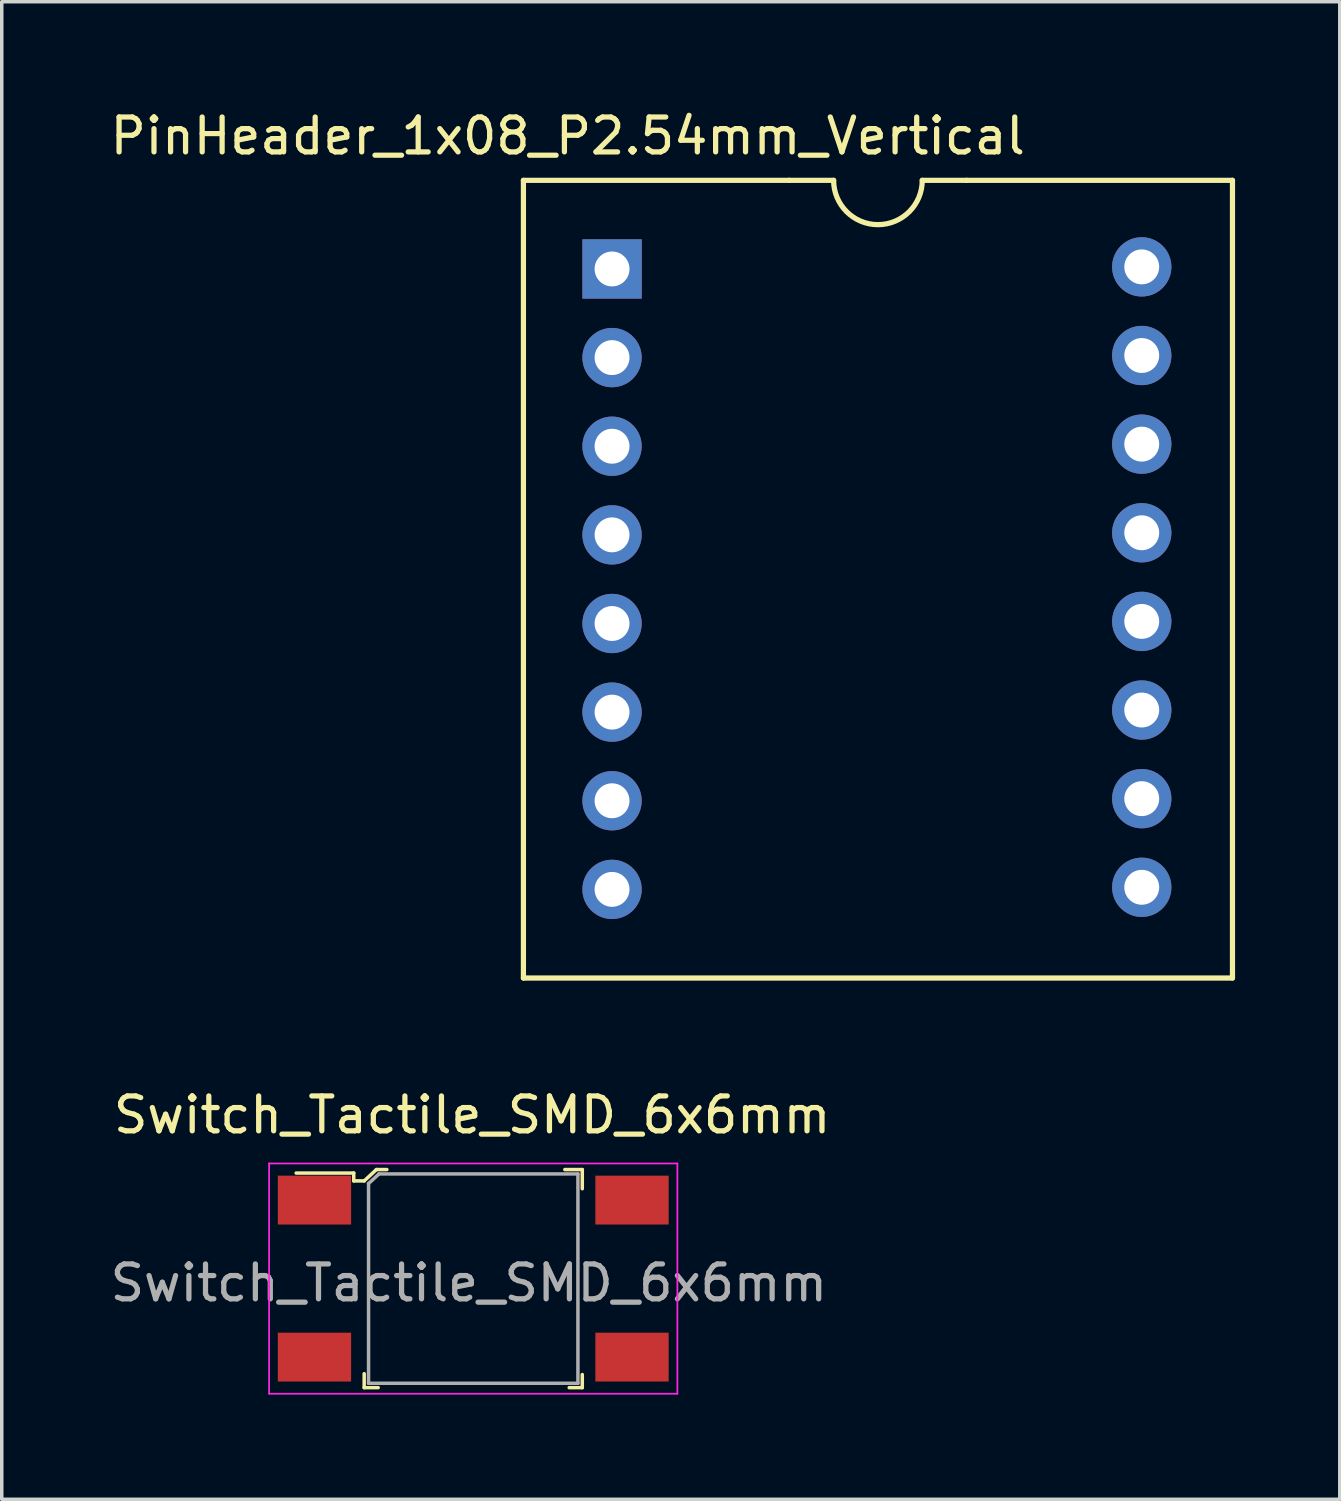
<source format=kicad_pcb>
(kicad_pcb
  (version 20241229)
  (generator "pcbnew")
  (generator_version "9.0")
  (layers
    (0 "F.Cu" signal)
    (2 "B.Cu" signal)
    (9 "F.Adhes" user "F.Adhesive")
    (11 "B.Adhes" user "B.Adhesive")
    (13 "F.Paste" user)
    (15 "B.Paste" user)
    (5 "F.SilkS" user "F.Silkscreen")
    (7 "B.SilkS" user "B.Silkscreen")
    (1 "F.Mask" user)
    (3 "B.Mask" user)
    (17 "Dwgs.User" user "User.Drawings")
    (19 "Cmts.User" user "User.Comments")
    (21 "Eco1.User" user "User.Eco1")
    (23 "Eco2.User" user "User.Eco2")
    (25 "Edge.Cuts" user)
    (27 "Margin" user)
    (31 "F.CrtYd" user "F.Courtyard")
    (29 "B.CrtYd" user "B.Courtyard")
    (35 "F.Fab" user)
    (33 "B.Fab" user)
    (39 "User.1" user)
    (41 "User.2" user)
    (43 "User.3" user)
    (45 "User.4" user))
  (footprint "PinHeader_1x08_P2.54mm_Vertical"
    (layer "F.Cu")
    (at 14.49 4.658)
    (property "Reference" "PinHeader_1x08_P2.54mm_Vertical" (at -1.27 -3.81 0) (layer "F.SilkS") (effects (font (size 1 1) (thickness 0.15))))
    (attr through_hole)
    (fp_line (start -2.54 -2.54) (end -2.54 20.32) (stroke (width 0.15) (type solid)) (layer "F.SilkS"))
    (fp_line (start -2.54 -2.54) (end 5.08 -2.54) (stroke (width 0.15) (type solid)) (layer "F.SilkS"))
    (fp_line (start -2.54 20.32) (end 17.78 20.32) (stroke (width 0.15) (type solid)) (layer "F.SilkS"))
    (fp_line (start 6.35 -2.54) (end 5.08 -2.54) (stroke (width 0.15) (type solid)) (layer "F.SilkS"))
    (fp_line (start 10.16 -2.54) (end 8.89 -2.54) (stroke (width 0.15) (type solid)) (layer "F.SilkS"))
    (fp_line (start 17.78 -2.54) (end 10.16 -2.54) (stroke (width 0.15) (type solid)) (layer "F.SilkS"))
    (fp_line (start 17.78 20.32) (end 17.78 -2.54) (stroke (width 0.15) (type solid)) (layer "F.SilkS"))
    (fp_arc (start 8.89 -2.54) (mid 7.62 -1.27) (end 6.35 -2.54) (stroke (width 0.15) (type solid)) (layer "F.SilkS"))
    (pad "1" thru_hole rect (at 0 0) (size 1.7 1.7) (drill 1) (layers "*.Cu" "*.Mask"))
    (pad "2" thru_hole oval (at 0 2.54) (size 1.7 1.7) (drill 1) (layers "*.Cu" "*.Mask"))
    (pad "3" thru_hole oval (at 0 5.08) (size 1.7 1.7) (drill 1) (layers "*.Cu" "*.Mask"))
    (pad "4" thru_hole oval (at 0 7.62) (size 1.7 1.7) (drill 1) (layers "*.Cu" "*.Mask"))
    (pad "5" thru_hole oval (at 0 10.16) (size 1.7 1.7) (drill 1) (layers "*.Cu" "*.Mask"))
    (pad "6" thru_hole oval (at 0 12.7) (size 1.7 1.7) (drill 1) (layers "*.Cu" "*.Mask"))
    (pad "7" thru_hole oval (at 0 15.24) (size 1.7 1.7) (drill 1) (layers "*.Cu" "*.Mask"))
    (pad "8" thru_hole oval (at 0 17.78) (size 1.7 1.7) (drill 1) (layers "*.Cu" "*.Mask"))
    (pad "9" thru_hole oval (at 15.18 17.72) (size 1.7 1.7) (drill 1) (layers "*.Cu" "*.Mask"))
    (pad "10" thru_hole oval (at 15.18 15.18) (size 1.7 1.7) (drill 1) (layers "*.Cu" "*.Mask"))
    (pad "11" thru_hole oval (at 15.18 12.64) (size 1.7 1.7) (drill 1) (layers "*.Cu" "*.Mask"))
    (pad "12" thru_hole oval (at 15.18 10.1) (size 1.7 1.7) (drill 1) (layers "*.Cu" "*.Mask"))
    (pad "13" thru_hole oval (at 15.18 7.56) (size 1.7 1.7) (drill 1) (layers "*.Cu" "*.Mask"))
    (pad "14" thru_hole oval (at 15.18 5.02) (size 1.7 1.7) (drill 1) (layers "*.Cu" "*.Mask"))
    (pad "15" thru_hole oval (at 15.18 2.48) (size 1.7 1.7) (drill 1) (layers "*.Cu" "*.Mask"))
    (pad "16" thru_hole circle (at 15.18 -0.06) (size 1.7 1.7) (drill 1) (layers "*.Cu" "*.Mask")))
  (footprint "Switch_Tactile_SMD_6x6mm"
    (layer "F.Cu")
    (at 10.512 33.592)
    (property "Reference" "Switch_Tactile_SMD_6x6mm" (at -0.03 -4.69 0) (layer "F.SilkS") (effects (font (size 1 1) (thickness 0.15))))
    (attr through_hole)
    (fp_line (start -3.425 -3.025) (end -5.075 -3.025) (stroke (width 0.1) (type solid)) (layer "F.SilkS"))
    (fp_line (start -3.425 -2.8) (end -3.425 -3.025) (stroke (width 0.1) (type solid)) (layer "F.SilkS"))
    (fp_line (start -3.125 -2.8) (end -3.425 -2.8) (stroke (width 0.1) (type solid)) (layer "F.SilkS"))
    (fp_line (start -3.125 3.125) (end -3.125 2.725) (stroke (width 0.1) (type solid)) (layer "F.SilkS"))
    (fp_line (start -2.775 -3.125) (end -3.125 -2.8) (stroke (width 0.1) (type solid)) (layer "F.SilkS"))
    (fp_line (start -2.775 -3.125) (end -2.475 -3.125) (stroke (width 0.1) (type solid)) (layer "F.SilkS"))
    (fp_line (start -2.725 3.125) (end -3.125 3.125) (stroke (width 0.1) (type solid)) (layer "F.SilkS"))
    (fp_line (start 3.125 -3.125) (end 2.625 -3.125) (stroke (width 0.1) (type solid)) (layer "F.SilkS"))
    (fp_line (start 3.125 -2.575) (end 3.125 -3.125) (stroke (width 0.1) (type solid)) (layer "F.SilkS"))
    (fp_line (start 3.125 2.75) (end 3.125 3.125) (stroke (width 0.1) (type solid)) (layer "F.SilkS"))
    (fp_line (start 3.125 3.125) (end 2.75 3.125) (stroke (width 0.1) (type solid)) (layer "F.SilkS"))
    (fp_line (start -5.85 -3.3) (end 5.85 -3.3) (stroke (width 0.05) (type solid)) (layer "F.CrtYd"))
    (fp_line (start -5.85 3.3) (end -5.85 -3.3) (stroke (width 0.05) (type solid)) (layer "F.CrtYd"))
    (fp_line (start 5.85 -3.3) (end 5.85 3.3) (stroke (width 0.05) (type solid)) (layer "F.CrtYd"))
    (fp_line (start 5.85 3.3) (end -5.85 3.3) (stroke (width 0.05) (type solid)) (layer "F.CrtYd"))
    (fp_line (start -3 -2.725) (end -3 3) (stroke (width 0.1) (type solid)) (layer "F.Fab"))
    (fp_line (start -3 3) (end 3 3) (stroke (width 0.1) (type solid)) (layer "F.Fab"))
    (fp_line (start -2.7 -3) (end -3 -2.725) (stroke (width 0.1) (type solid)) (layer "F.Fab"))
    (fp_line (start -2.7 -3) (end 3 -3) (stroke (width 0.1) (type solid)) (layer "F.Fab"))
    (fp_line (start 3 3) (end 3 -3) (stroke (width 0.1) (type solid)) (layer "F.Fab"))
    (fp_text user "${REFERENCE}" (at -0.125 0.125 0) (layer "F.Fab") (effects (font (size 1 1) (thickness 0.15))))
    (pad "1" smd rect (at -4.55 -2.25 270) (size 1.4 2.1) (layers "F.Cu" "F.Mask" "F.Paste"))
    (pad "1" smd rect (at 4.55 -2.25 270) (size 1.4 2.1) (layers "F.Cu" "F.Mask" "F.Paste"))
    (pad "2" smd rect (at -4.55 2.25 270) (size 1.4 2.1) (layers "F.Cu" "F.Mask" "F.Paste"))
    (pad "2" smd rect (at 4.55 2.25 270) (size 1.4 2.1) (layers "F.Cu" "F.Mask" "F.Paste")))
  (gr_rect
    (start -3 -3)
    (end 35.345 39.916)
    (stroke (width 0.1) (type default))
    (fill no)
    (layer "Edge.Cuts")))
</source>
